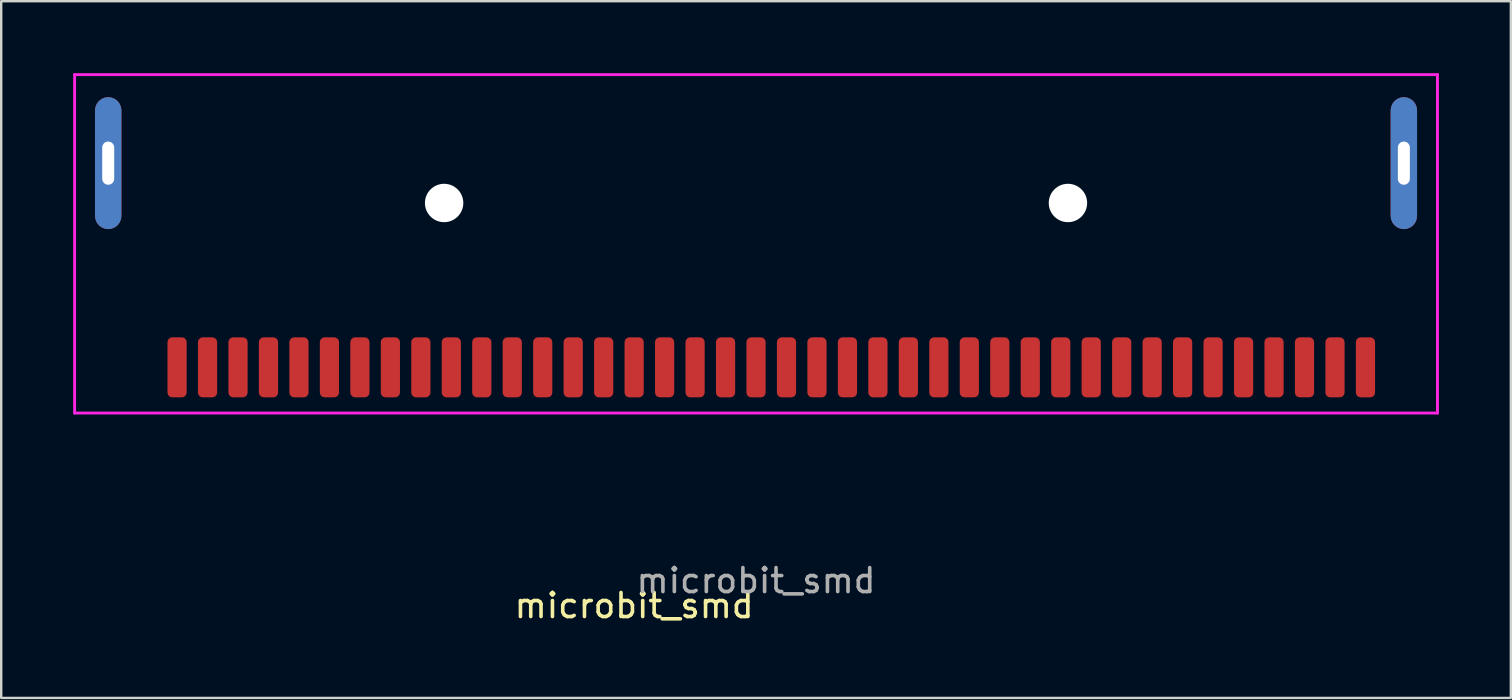
<source format=kicad_pcb>
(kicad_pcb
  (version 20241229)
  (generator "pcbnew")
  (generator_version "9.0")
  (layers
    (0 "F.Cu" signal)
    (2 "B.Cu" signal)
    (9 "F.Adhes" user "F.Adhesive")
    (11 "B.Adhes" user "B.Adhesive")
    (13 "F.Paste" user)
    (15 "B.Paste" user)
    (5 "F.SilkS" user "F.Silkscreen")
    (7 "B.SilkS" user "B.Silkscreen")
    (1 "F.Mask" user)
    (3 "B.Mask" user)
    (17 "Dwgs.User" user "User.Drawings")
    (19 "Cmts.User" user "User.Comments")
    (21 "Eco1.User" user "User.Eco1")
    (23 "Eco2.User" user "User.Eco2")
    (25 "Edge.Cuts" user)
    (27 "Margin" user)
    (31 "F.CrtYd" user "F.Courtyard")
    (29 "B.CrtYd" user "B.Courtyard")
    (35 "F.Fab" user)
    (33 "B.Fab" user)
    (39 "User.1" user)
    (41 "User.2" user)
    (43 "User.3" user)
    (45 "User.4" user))
  (footprint "microbit_smd"
    (layer "F.Cu")
    (at 28.46 12.26)
    (property "Reference" "microbit_smd" (at -5.08 9.93 0) (unlocked yes) (layer "F.SilkS") (effects (font (size 1 1) (thickness 0.15))))
    (attr smd)
    (fp_line (start -28.4 -12.2) (end -28.4 1.905) (stroke (width 0.12) (type solid)) (layer "F.CrtYd"))
    (fp_line (start -28.4 -12.2) (end 28.4 -12.2) (stroke (width 0.12) (type solid)) (layer "F.CrtYd"))
    (fp_line (start -28.4 1.905) (end 28.4 1.905) (stroke (width 0.12) (type solid)) (layer "F.CrtYd"))
    (fp_line (start 28.4 -12.2) (end 28.4 1.905) (stroke (width 0.12) (type solid)) (layer "F.CrtYd"))
    (fp_text user "${REFERENCE}" (at 0 8.89 0) (unlocked yes) (layer "F.Fab") (effects (font (size 1 1) (thickness 0.15))))
    (pad "" thru_hole roundrect (at -27 -8.51) (size 1.1 5.5) (drill oval 0.5 1.8) (layers "*.Cu" "*.Mask") (roundrect_rratio 0.5))
    (pad "" np_thru_hole circle (at -13 -6.85) (size 1.6 1.6) (drill 1.6) (layers "*.Cu" "*.Mask"))
    (pad "" np_thru_hole circle (at 13 -6.85) (size 1.6 1.6) (drill 1.6) (layers "*.Cu" "*.Mask"))
    (pad "" thru_hole roundrect (at 27 -8.51) (size 1.1 5.5) (drill oval 0.5 1.8) (layers "*.Cu" "*.Mask") (roundrect_rratio 0.5))
    (pad "1" smd roundrect (at -24.13 0) (size 0.8 2.5) (layers "F.Cu" "F.Mask" "F.Paste") (roundrect_rratio 0.25))
    (pad "2" smd roundrect (at -22.86 0) (size 0.8 2.5) (layers "F.Cu" "F.Mask" "F.Paste") (roundrect_rratio 0.25))
    (pad "3" smd roundrect (at -21.59 0) (size 0.8 2.5) (layers "F.Cu" "F.Mask" "F.Paste") (roundrect_rratio 0.25))
    (pad "4" smd roundrect (at -20.32 0) (size 0.8 2.5) (layers "F.Cu" "F.Mask" "F.Paste") (roundrect_rratio 0.25))
    (pad "5" smd roundrect (at -19.05 0) (size 0.8 2.5) (layers "F.Cu" "F.Mask" "F.Paste") (roundrect_rratio 0.25))
    (pad "6" smd roundrect (at -17.78 0) (size 0.8 2.5) (layers "F.Cu" "F.Mask" "F.Paste") (roundrect_rratio 0.25))
    (pad "7" smd roundrect (at -16.51 0) (size 0.8 2.5) (layers "F.Cu" "F.Mask" "F.Paste") (roundrect_rratio 0.25))
    (pad "8" smd roundrect (at -15.24 0) (size 0.8 2.5) (layers "F.Cu" "F.Mask" "F.Paste") (roundrect_rratio 0.25))
    (pad "9" smd roundrect (at -13.97 0) (size 0.8 2.5) (layers "F.Cu" "F.Mask" "F.Paste") (roundrect_rratio 0.25))
    (pad "10" smd roundrect (at -12.7 0) (size 0.8 2.5) (layers "F.Cu" "F.Mask" "F.Paste") (roundrect_rratio 0.25))
    (pad "11" smd roundrect (at -11.43 0) (size 0.8 2.5) (layers "F.Cu" "F.Mask" "F.Paste") (roundrect_rratio 0.25))
    (pad "12" smd roundrect (at -10.16 0) (size 0.8 2.5) (layers "F.Cu" "F.Mask" "F.Paste") (roundrect_rratio 0.25))
    (pad "13" smd roundrect (at -8.89 0) (size 0.8 2.5) (layers "F.Cu" "F.Mask" "F.Paste") (roundrect_rratio 0.25))
    (pad "14" smd roundrect (at -7.62 0) (size 0.8 2.5) (layers "F.Cu" "F.Mask" "F.Paste") (roundrect_rratio 0.25))
    (pad "15" smd roundrect (at -6.35 0) (size 0.8 2.5) (layers "F.Cu" "F.Mask" "F.Paste") (roundrect_rratio 0.25))
    (pad "16" smd roundrect (at -5.08 0) (size 0.8 2.5) (layers "F.Cu" "F.Mask" "F.Paste") (roundrect_rratio 0.25))
    (pad "17" smd roundrect (at -3.81 0) (size 0.8 2.5) (layers "F.Cu" "F.Mask" "F.Paste") (roundrect_rratio 0.25))
    (pad "18" smd roundrect (at -2.54 0) (size 0.8 2.5) (layers "F.Cu" "F.Mask" "F.Paste") (roundrect_rratio 0.25))
    (pad "19" smd roundrect (at -1.27 0) (size 0.8 2.5) (layers "F.Cu" "F.Mask" "F.Paste") (roundrect_rratio 0.25))
    (pad "20" smd roundrect (at 0 0) (size 0.8 2.5) (layers "F.Cu" "F.Mask" "F.Paste") (roundrect_rratio 0.25))
    (pad "21" smd roundrect (at 1.27 0) (size 0.8 2.5) (layers "F.Cu" "F.Mask" "F.Paste") (roundrect_rratio 0.25))
    (pad "22" smd roundrect (at 2.54 0) (size 0.8 2.5) (layers "F.Cu" "F.Mask" "F.Paste") (roundrect_rratio 0.25))
    (pad "23" smd roundrect (at 3.81 0) (size 0.8 2.5) (layers "F.Cu" "F.Mask" "F.Paste") (roundrect_rratio 0.25))
    (pad "24" smd roundrect (at 5.08 0) (size 0.8 2.5) (layers "F.Cu" "F.Mask" "F.Paste") (roundrect_rratio 0.25))
    (pad "25" smd roundrect (at 6.35 0) (size 0.8 2.5) (layers "F.Cu" "F.Mask" "F.Paste") (roundrect_rratio 0.25))
    (pad "26" smd roundrect (at 7.62 0) (size 0.8 2.5) (layers "F.Cu" "F.Mask" "F.Paste") (roundrect_rratio 0.25))
    (pad "27" smd roundrect (at 8.89 0) (size 0.8 2.5) (layers "F.Cu" "F.Mask" "F.Paste") (roundrect_rratio 0.25))
    (pad "28" smd roundrect (at 10.16 0) (size 0.8 2.5) (layers "F.Cu" "F.Mask" "F.Paste") (roundrect_rratio 0.25))
    (pad "29" smd roundrect (at 11.43 0) (size 0.8 2.5) (layers "F.Cu" "F.Mask" "F.Paste") (roundrect_rratio 0.25))
    (pad "30" smd roundrect (at 12.7 0) (size 0.8 2.5) (layers "F.Cu" "F.Mask" "F.Paste") (roundrect_rratio 0.25))
    (pad "31" smd roundrect (at 13.97 0) (size 0.8 2.5) (layers "F.Cu" "F.Mask" "F.Paste") (roundrect_rratio 0.25))
    (pad "32" smd roundrect (at 15.24 0) (size 0.8 2.5) (layers "F.Cu" "F.Mask" "F.Paste") (roundrect_rratio 0.25))
    (pad "33" smd roundrect (at 16.51 0) (size 0.8 2.5) (layers "F.Cu" "F.Mask" "F.Paste") (roundrect_rratio 0.25))
    (pad "34" smd roundrect (at 17.78 0) (size 0.8 2.5) (layers "F.Cu" "F.Mask" "F.Paste") (roundrect_rratio 0.25))
    (pad "35" smd roundrect (at 19.05 0) (size 0.8 2.5) (layers "F.Cu" "F.Mask" "F.Paste") (roundrect_rratio 0.25))
    (pad "36" smd roundrect (at 20.32 0) (size 0.8 2.5) (layers "F.Cu" "F.Mask" "F.Paste") (roundrect_rratio 0.25))
    (pad "37" smd roundrect (at 21.59 0) (size 0.8 2.5) (layers "F.Cu" "F.Mask" "F.Paste") (roundrect_rratio 0.25))
    (pad "38" smd roundrect (at 22.86 0) (size 0.8 2.5) (layers "F.Cu" "F.Mask" "F.Paste") (roundrect_rratio 0.25))
    (pad "39" smd roundrect (at 24.13 0) (size 0.8 2.5) (layers "F.Cu" "F.Mask" "F.Paste") (roundrect_rratio 0.25))
    (pad "40" smd roundrect (at 25.4 0) (size 0.8 2.5) (layers "F.Cu" "F.Mask" "F.Paste") (roundrect_rratio 0.25)))
  (gr_rect
    (start -3 -3)
    (end 59.92 26.038)
    (stroke (width 0.1) (type default))
    (fill no)
    (layer "Edge.Cuts")))
</source>
